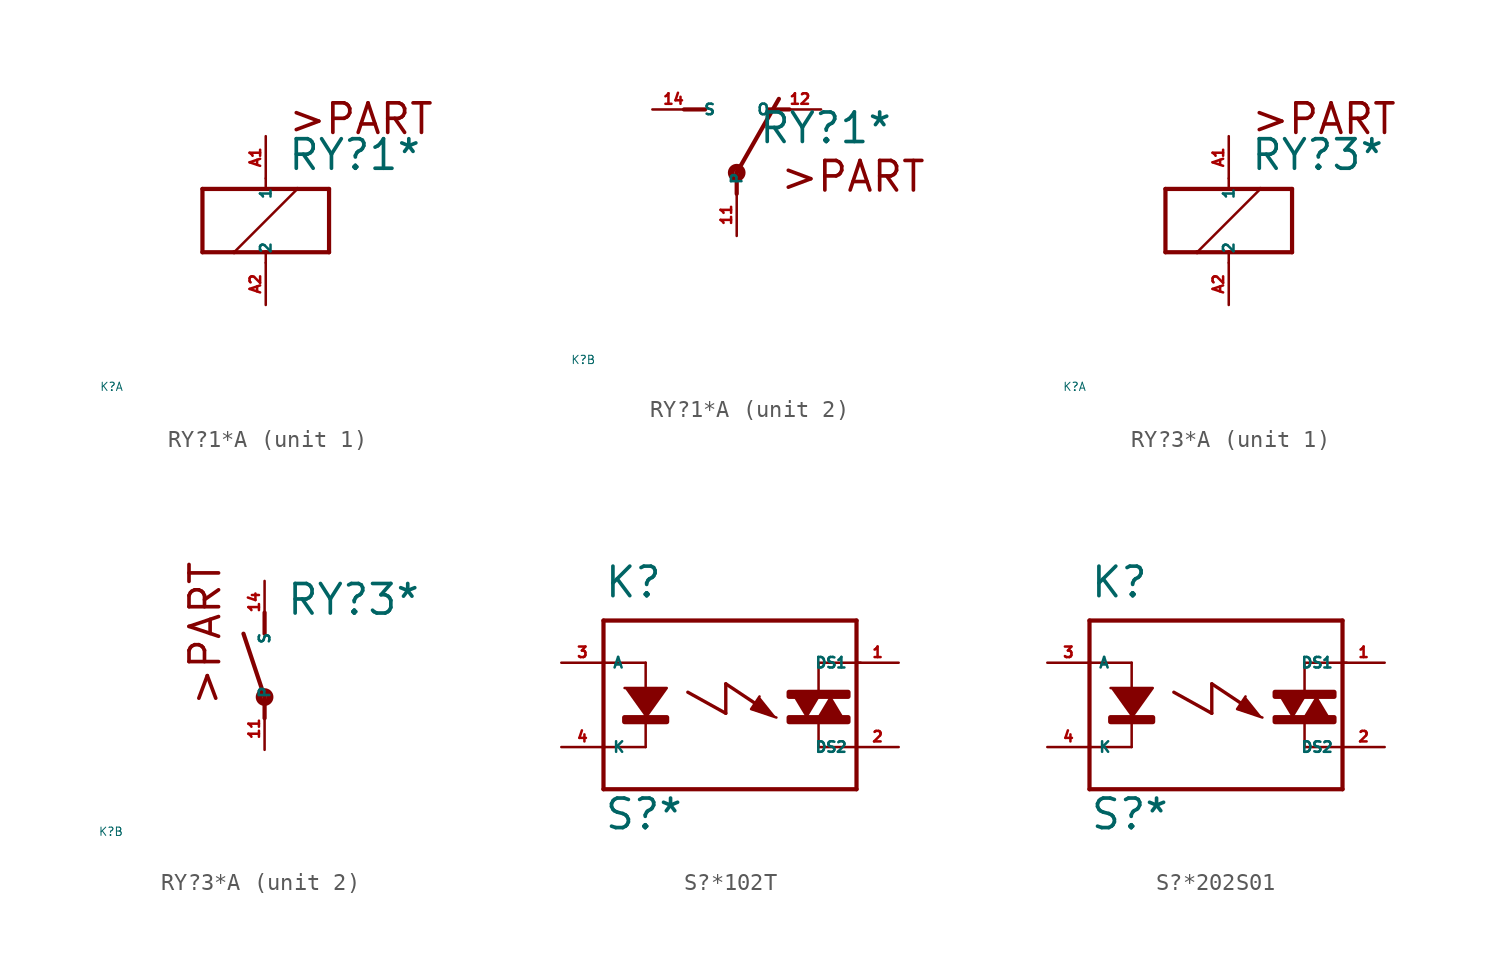
<source format=kicad_sym>
(kicad_symbol_lib
  (version 20220914)
  (generator Eagle2Kicad)
  (symbol "RY?1*A"
    (property "Reference" "K"
      (at -10 -10 0)
      (effects (font (size 0.5 0.5) (thickness 0.06)) (justify left)))
    (property "Value" "RY?1*"
      (at 1.27 2.921 0)
      (effects (font (size 1.778 1.778) (thickness 0.22)) (justify left bottom)))
    (symbol "RY?1*A_1_0"
      (polyline (pts (xy -3.81 -1.905) (xy -1.905 -1.905)) (stroke (width 0.254) (type default)) (fill (type none)))
      (polyline (pts (xy 3.81 -1.905) (xy 3.81 1.905)) (stroke (width 0.254) (type default)) (fill (type none)))
      (polyline (pts (xy 3.81 1.905) (xy 1.905 1.905)) (stroke (width 0.254) (type default)) (fill (type none)))
      (polyline (pts (xy -3.81 1.905) (xy -3.81 -1.905)) (stroke (width 0.254) (type default)) (fill (type none)))
      (polyline (pts (xy 0 -2.54) (xy 0 -1.905)) (stroke (width 0.152) (type default)) (fill (type none)))
      (polyline (pts (xy 0 -1.905) (xy 3.81 -1.905)) (stroke (width 0.254) (type default)) (fill (type none)))
      (polyline (pts (xy 0 2.54) (xy 0 1.905)) (stroke (width 0.152) (type default)) (fill (type none)))
      (polyline (pts (xy 0 1.905) (xy -3.81 1.905)) (stroke (width 0.254) (type default)) (fill (type none)))
      (polyline (pts (xy -1.905 -1.905) (xy 1.905 1.905)) (stroke (width 0.152) (type default)) (fill (type none)))
      (polyline (pts (xy -1.905 -1.905) (xy 0 -1.905)) (stroke (width 0.254) (type default)) (fill (type none)))
      (polyline (pts (xy 1.905 1.905) (xy 0 1.905)) (stroke (width 0.254) (type default)) (fill (type none)))
      (text ">PART" (at 1.27 5.08 0) (effects (font (size 1.778 1.778) (thickness 0.22)) (justify left bottom)))
      (pin passive line (at 0 -5.08 90) (length 2.54) (name "2" (effects (font (size 0.635 0.635) (thickness 0.08)) (justify left bottom))) (number "A2" (effects (font (size 0.635 0.635) (thickness 0.08)) (justify left bottom))))
      (pin passive line (at 0 5.08 270) (length 2.54) (name "1" (effects (font (size 0.635 0.635) (thickness 0.08)) (justify left bottom))) (number "A1" (effects (font (size 0.635 0.635) (thickness 0.08)) (justify left bottom)))))
    (symbol "RY?1*A_2_0"
      (polyline (pts (xy 3.175 5.08) (xy 1.905 5.08)) (stroke (width 0.254) (type default)) (fill (type none)))
      (polyline (pts (xy -3.175 5.08) (xy -1.905 5.08)) (stroke (width 0.254) (type default)) (fill (type none)))
      (polyline (pts (xy 0 1.27) (xy 2.54 5.715)) (stroke (width 0.254) (type default)) (fill (type none)))
      (polyline (pts (xy 0 1.27) (xy 0 0)) (stroke (width 0.254) (type default)) (fill (type none)))
      (text ">PART" (at 2.54 0 0) (effects (font (size 1.778 1.778) (thickness 0.22)) (justify left bottom)))
      (circle (center 0 1.27) (radius 0.127) (stroke (width 0.406) (type default)) (fill (type none)))
      (pin passive line (at 5.08 5.08 180) (length 2.54) (name "O" (effects (font (size 0.635 0.635) (thickness 0.08)) (justify left bottom))) (number "12" (effects (font (size 0.635 0.635) (thickness 0.08)) (justify left bottom))))
      (pin passive line (at -5.08 5.08 0) (length 2.54) (name "S" (effects (font (size 0.635 0.635) (thickness 0.08)) (justify left bottom))) (number "14" (effects (font (size 0.635 0.635) (thickness 0.08)) (justify left bottom))))
      (pin passive line (at 0 -2.54 90) (length 2.54) (name "P" (effects (font (size 0.635 0.635) (thickness 0.08)) (justify left bottom))) (number "11" (effects (font (size 0.635 0.635) (thickness 0.08)) (justify left bottom))))))
  (symbol "RY?3*A"
    (property "Reference" "K"
      (at -10 -10 0)
      (effects (font (size 0.5 0.5) (thickness 0.06)) (justify left)))
    (property "Value" "RY?3*"
      (at 1.27 2.921 0)
      (effects (font (size 1.778 1.778) (thickness 0.22)) (justify left bottom)))
    (symbol "RY?3*A_1_0"
      (polyline (pts (xy -3.81 -1.905) (xy -1.905 -1.905)) (stroke (width 0.254) (type default)) (fill (type none)))
      (polyline (pts (xy 3.81 -1.905) (xy 3.81 1.905)) (stroke (width 0.254) (type default)) (fill (type none)))
      (polyline (pts (xy 3.81 1.905) (xy 1.905 1.905)) (stroke (width 0.254) (type default)) (fill (type none)))
      (polyline (pts (xy -3.81 1.905) (xy -3.81 -1.905)) (stroke (width 0.254) (type default)) (fill (type none)))
      (polyline (pts (xy 0 -2.54) (xy 0 -1.905)) (stroke (width 0.152) (type default)) (fill (type none)))
      (polyline (pts (xy 0 -1.905) (xy 3.81 -1.905)) (stroke (width 0.254) (type default)) (fill (type none)))
      (polyline (pts (xy 0 2.54) (xy 0 1.905)) (stroke (width 0.152) (type default)) (fill (type none)))
      (polyline (pts (xy 0 1.905) (xy -3.81 1.905)) (stroke (width 0.254) (type default)) (fill (type none)))
      (polyline (pts (xy -1.905 -1.905) (xy 1.905 1.905)) (stroke (width 0.152) (type default)) (fill (type none)))
      (polyline (pts (xy -1.905 -1.905) (xy 0 -1.905)) (stroke (width 0.254) (type default)) (fill (type none)))
      (polyline (pts (xy 1.905 1.905) (xy 0 1.905)) (stroke (width 0.254) (type default)) (fill (type none)))
      (text ">PART" (at 1.27 5.08 0) (effects (font (size 1.778 1.778) (thickness 0.22)) (justify left bottom)))
      (pin passive line (at 0 -5.08 90) (length 2.54) (name "2" (effects (font (size 0.635 0.635) (thickness 0.08)) (justify left bottom))) (number "A2" (effects (font (size 0.635 0.635) (thickness 0.08)) (justify left bottom))))
      (pin passive line (at 0 5.08 270) (length 2.54) (name "1" (effects (font (size 0.635 0.635) (thickness 0.08)) (justify left bottom))) (number "A1" (effects (font (size 0.635 0.635) (thickness 0.08)) (justify left bottom)))))
    (symbol "RY?3*A_2_0"
      (polyline (pts (xy 0 3.175) (xy 0 1.905)) (stroke (width 0.254) (type default)) (fill (type none)))
      (polyline (pts (xy 0 -3.175) (xy 0 -1.905)) (stroke (width 0.254) (type default)) (fill (type none)))
      (polyline (pts (xy 0 -1.905) (xy -1.27 1.905)) (stroke (width 0.254) (type default)) (fill (type none)))
      (text ">PART" (at -2.54 -2.54 900) (effects (font (size 1.778 1.778) (thickness 0.22)) (justify left bottom)))
      (circle (center 0 -1.905) (radius 0.127) (stroke (width 0.406) (type default)) (fill (type none)))
      (pin passive line (at 0 -5.08 90) (length 2.54) (name "P" (effects (font (size 0.635 0.635) (thickness 0.08)) (justify left bottom))) (number "11" (effects (font (size 0.635 0.635) (thickness 0.08)) (justify left bottom))))
      (pin passive line (at 0 5.08 270) (length 2.54) (name "S" (effects (font (size 0.635 0.635) (thickness 0.08)) (justify left bottom))) (number "14" (effects (font (size 0.635 0.635) (thickness 0.08)) (justify left bottom))))))
  (symbol "S?*102T"
    (property "Reference" "K"
      (at -7.62 6.35 0)
      (effects (font (size 1.778 1.778) (thickness 0.22)) (justify left bottom)))
    (property "Value" "S?*"
      (at -7.62 -7.62 0)
      (effects (font (size 1.778 1.778) (thickness 0.22)) (justify left bottom)))
    (polyline
      (pts (xy -6.35 1.016) (xy -3.81 1.016) (xy -5.08 -0.762))
      (stroke (width 0.152) (type default))
      (fill (type outline)))
    (polyline
      (pts (xy 6.096 0.508) (xy 5.334 -0.762) (xy 6.858 -0.762))
      (stroke (width 0.152) (type default))
      (fill (type outline)))
    (polyline
      (pts (xy 1.778 0.508) (xy 1.27 -0.254) (xy 2.794 -0.762))
      (stroke (width 0.152) (type default))
      (fill (type outline)))
    (polyline
      (pts (xy 4.572 -0.762) (xy 5.334 0.508) (xy 3.81 0.508))
      (stroke (width 0.152) (type default))
      (fill (type outline)))
    (polyline
      (pts (xy -5.08 2.54) (xy -5.08 -2.54))
      (stroke (width 0.152) (type default))
      (fill (type none)))
    (polyline
      (pts (xy -7.62 5.08) (xy -7.62 2.54))
      (stroke (width 0.254) (type default))
      (fill (type none)))
    (polyline
      (pts (xy -7.62 2.54) (xy -7.62 -2.54))
      (stroke (width 0.254) (type default))
      (fill (type none)))
    (polyline
      (pts (xy -7.62 -2.54) (xy -7.62 -5.08))
      (stroke (width 0.254) (type default))
      (fill (type none)))
    (polyline
      (pts (xy -7.62 -5.08) (xy 7.62 -5.08))
      (stroke (width 0.254) (type default))
      (fill (type none)))
    (polyline
      (pts (xy 5.334 2.54) (xy 7.874 2.54))
      (stroke (width 0.152) (type default))
      (fill (type none)))
    (polyline
      (pts (xy 5.334 -2.54) (xy 7.62 -2.54))
      (stroke (width 0.152) (type default))
      (fill (type none)))
    (polyline
      (pts (xy 7.62 -5.08) (xy 7.62 5.08))
      (stroke (width 0.254) (type default))
      (fill (type none)))
    (polyline
      (pts (xy 7.62 5.08) (xy -7.62 5.08))
      (stroke (width 0.254) (type default))
      (fill (type none)))
    (polyline
      (pts (xy 5.334 2.54) (xy 5.334 0.762))
      (stroke (width 0.152) (type default))
      (fill (type none)))
    (polyline
      (pts (xy 5.334 -1.016) (xy 5.334 -2.54))
      (stroke (width 0.152) (type default))
      (fill (type none)))
    (polyline
      (pts (xy -5.08 2.54) (xy -7.62 2.54))
      (stroke (width 0.152) (type default))
      (fill (type none)))
    (polyline
      (pts (xy -5.08 -2.54) (xy -7.62 -2.54))
      (stroke (width 0.152) (type default))
      (fill (type none)))
    (polyline
      (pts (xy -2.54 0.762) (xy -0.254 -0.508))
      (stroke (width 0.203) (type default))
      (fill (type none)))
    (polyline
      (pts (xy -0.254 -0.508) (xy -0.254 1.27))
      (stroke (width 0.203) (type default))
      (fill (type none)))
    (polyline
      (pts (xy -0.254 1.27) (xy 1.651 0))
      (stroke (width 0.203) (type default))
      (fill (type none)))
    (rectangle
      (start -6.35 -1.016)
      (end -3.81 -0.762)
      (stroke (width 0.3) (type default))
      (fill (type outline)))
    (rectangle
      (start 3.556 0.508)
      (end 7.112 0.762)
      (stroke (width 0.3) (type default))
      (fill (type outline)))
    (rectangle
      (start 3.556 -1.016)
      (end 7.112 -0.762)
      (stroke (width 0.3) (type default))
      (fill (type outline)))
    (pin passive line
      (at -10.16 2.54 0)
      (length 2.54)
      (name "A" (effects (font (size 0.635 0.635) (thickness 0.08)) (justify left bottom)))
      (number "3" (effects (font (size 0.635 0.635) (thickness 0.08)) (justify left bottom))))
    (pin passive line
      (at -10.16 -2.54 0)
      (length 2.54)
      (name "K" (effects (font (size 0.635 0.635) (thickness 0.08)) (justify left bottom)))
      (number "4" (effects (font (size 0.635 0.635) (thickness 0.08)) (justify left bottom))))
    (pin passive line
      (at 10.16 2.54 180)
      (length 2.54)
      (name "DS1" (effects (font (size 0.635 0.635) (thickness 0.08)) (justify left bottom)))
      (number "1" (effects (font (size 0.635 0.635) (thickness 0.08)) (justify left bottom))))
    (pin passive line
      (at 10.16 -2.54 180)
      (length 2.54)
      (name "DS2" (effects (font (size 0.635 0.635) (thickness 0.08)) (justify left bottom)))
      (number "2" (effects (font (size 0.635 0.635) (thickness 0.08)) (justify left bottom)))))
  (symbol "S?*202S01"
    (property "Reference" "K"
      (at -7.62 6.35 0)
      (effects (font (size 1.778 1.778) (thickness 0.22)) (justify left bottom)))
    (property "Value" "S?*"
      (at -7.62 -7.62 0)
      (effects (font (size 1.778 1.778) (thickness 0.22)) (justify left bottom)))
    (polyline
      (pts (xy -6.35 1.016) (xy -3.81 1.016) (xy -5.08 -0.762))
      (stroke (width 0.152) (type default))
      (fill (type outline)))
    (polyline
      (pts (xy 6.096 0.508) (xy 5.334 -0.762) (xy 6.858 -0.762))
      (stroke (width 0.152) (type default))
      (fill (type outline)))
    (polyline
      (pts (xy 1.778 0.508) (xy 1.27 -0.254) (xy 2.794 -0.762))
      (stroke (width 0.152) (type default))
      (fill (type outline)))
    (polyline
      (pts (xy 4.572 -0.762) (xy 5.334 0.508) (xy 3.81 0.508))
      (stroke (width 0.152) (type default))
      (fill (type outline)))
    (polyline
      (pts (xy -5.08 2.54) (xy -5.08 -2.54))
      (stroke (width 0.152) (type default))
      (fill (type none)))
    (polyline
      (pts (xy -7.62 5.08) (xy -7.62 2.54))
      (stroke (width 0.254) (type default))
      (fill (type none)))
    (polyline
      (pts (xy -7.62 2.54) (xy -7.62 -2.54))
      (stroke (width 0.254) (type default))
      (fill (type none)))
    (polyline
      (pts (xy -7.62 -2.54) (xy -7.62 -5.08))
      (stroke (width 0.254) (type default))
      (fill (type none)))
    (polyline
      (pts (xy -7.62 -5.08) (xy 7.62 -5.08))
      (stroke (width 0.254) (type default))
      (fill (type none)))
    (polyline
      (pts (xy 5.334 2.54) (xy 7.874 2.54))
      (stroke (width 0.152) (type default))
      (fill (type none)))
    (polyline
      (pts (xy 5.334 -2.54) (xy 7.62 -2.54))
      (stroke (width 0.152) (type default))
      (fill (type none)))
    (polyline
      (pts (xy 7.62 -5.08) (xy 7.62 5.08))
      (stroke (width 0.254) (type default))
      (fill (type none)))
    (polyline
      (pts (xy 7.62 5.08) (xy -7.62 5.08))
      (stroke (width 0.254) (type default))
      (fill (type none)))
    (polyline
      (pts (xy 5.334 2.54) (xy 5.334 0.762))
      (stroke (width 0.152) (type default))
      (fill (type none)))
    (polyline
      (pts (xy 5.334 -1.016) (xy 5.334 -2.54))
      (stroke (width 0.152) (type default))
      (fill (type none)))
    (polyline
      (pts (xy -5.08 2.54) (xy -7.62 2.54))
      (stroke (width 0.152) (type default))
      (fill (type none)))
    (polyline
      (pts (xy -5.08 -2.54) (xy -7.62 -2.54))
      (stroke (width 0.152) (type default))
      (fill (type none)))
    (polyline
      (pts (xy -2.54 0.762) (xy -0.254 -0.508))
      (stroke (width 0.203) (type default))
      (fill (type none)))
    (polyline
      (pts (xy -0.254 -0.508) (xy -0.254 1.27))
      (stroke (width 0.203) (type default))
      (fill (type none)))
    (polyline
      (pts (xy -0.254 1.27) (xy 1.651 0))
      (stroke (width 0.203) (type default))
      (fill (type none)))
    (rectangle
      (start -6.35 -1.016)
      (end -3.81 -0.762)
      (stroke (width 0.3) (type default))
      (fill (type outline)))
    (rectangle
      (start 3.556 0.508)
      (end 7.112 0.762)
      (stroke (width 0.3) (type default))
      (fill (type outline)))
    (rectangle
      (start 3.556 -1.016)
      (end 7.112 -0.762)
      (stroke (width 0.3) (type default))
      (fill (type outline)))
    (pin passive line
      (at -10.16 2.54 0)
      (length 2.54)
      (name "A" (effects (font (size 0.635 0.635) (thickness 0.08)) (justify left bottom)))
      (number "3" (effects (font (size 0.635 0.635) (thickness 0.08)) (justify left bottom))))
    (pin passive line
      (at -10.16 -2.54 0)
      (length 2.54)
      (name "K" (effects (font (size 0.635 0.635) (thickness 0.08)) (justify left bottom)))
      (number "4" (effects (font (size 0.635 0.635) (thickness 0.08)) (justify left bottom))))
    (pin passive line
      (at 10.16 2.54 180)
      (length 2.54)
      (name "DS1" (effects (font (size 0.635 0.635) (thickness 0.08)) (justify left bottom)))
      (number "1" (effects (font (size 0.635 0.635) (thickness 0.08)) (justify left bottom))))
    (pin passive line
      (at 10.16 -2.54 180)
      (length 2.54)
      (name "DS2" (effects (font (size 0.635 0.635) (thickness 0.08)) (justify left bottom)))
      (number "2" (effects (font (size 0.635 0.635) (thickness 0.08)) (justify left bottom))))))
</source>
